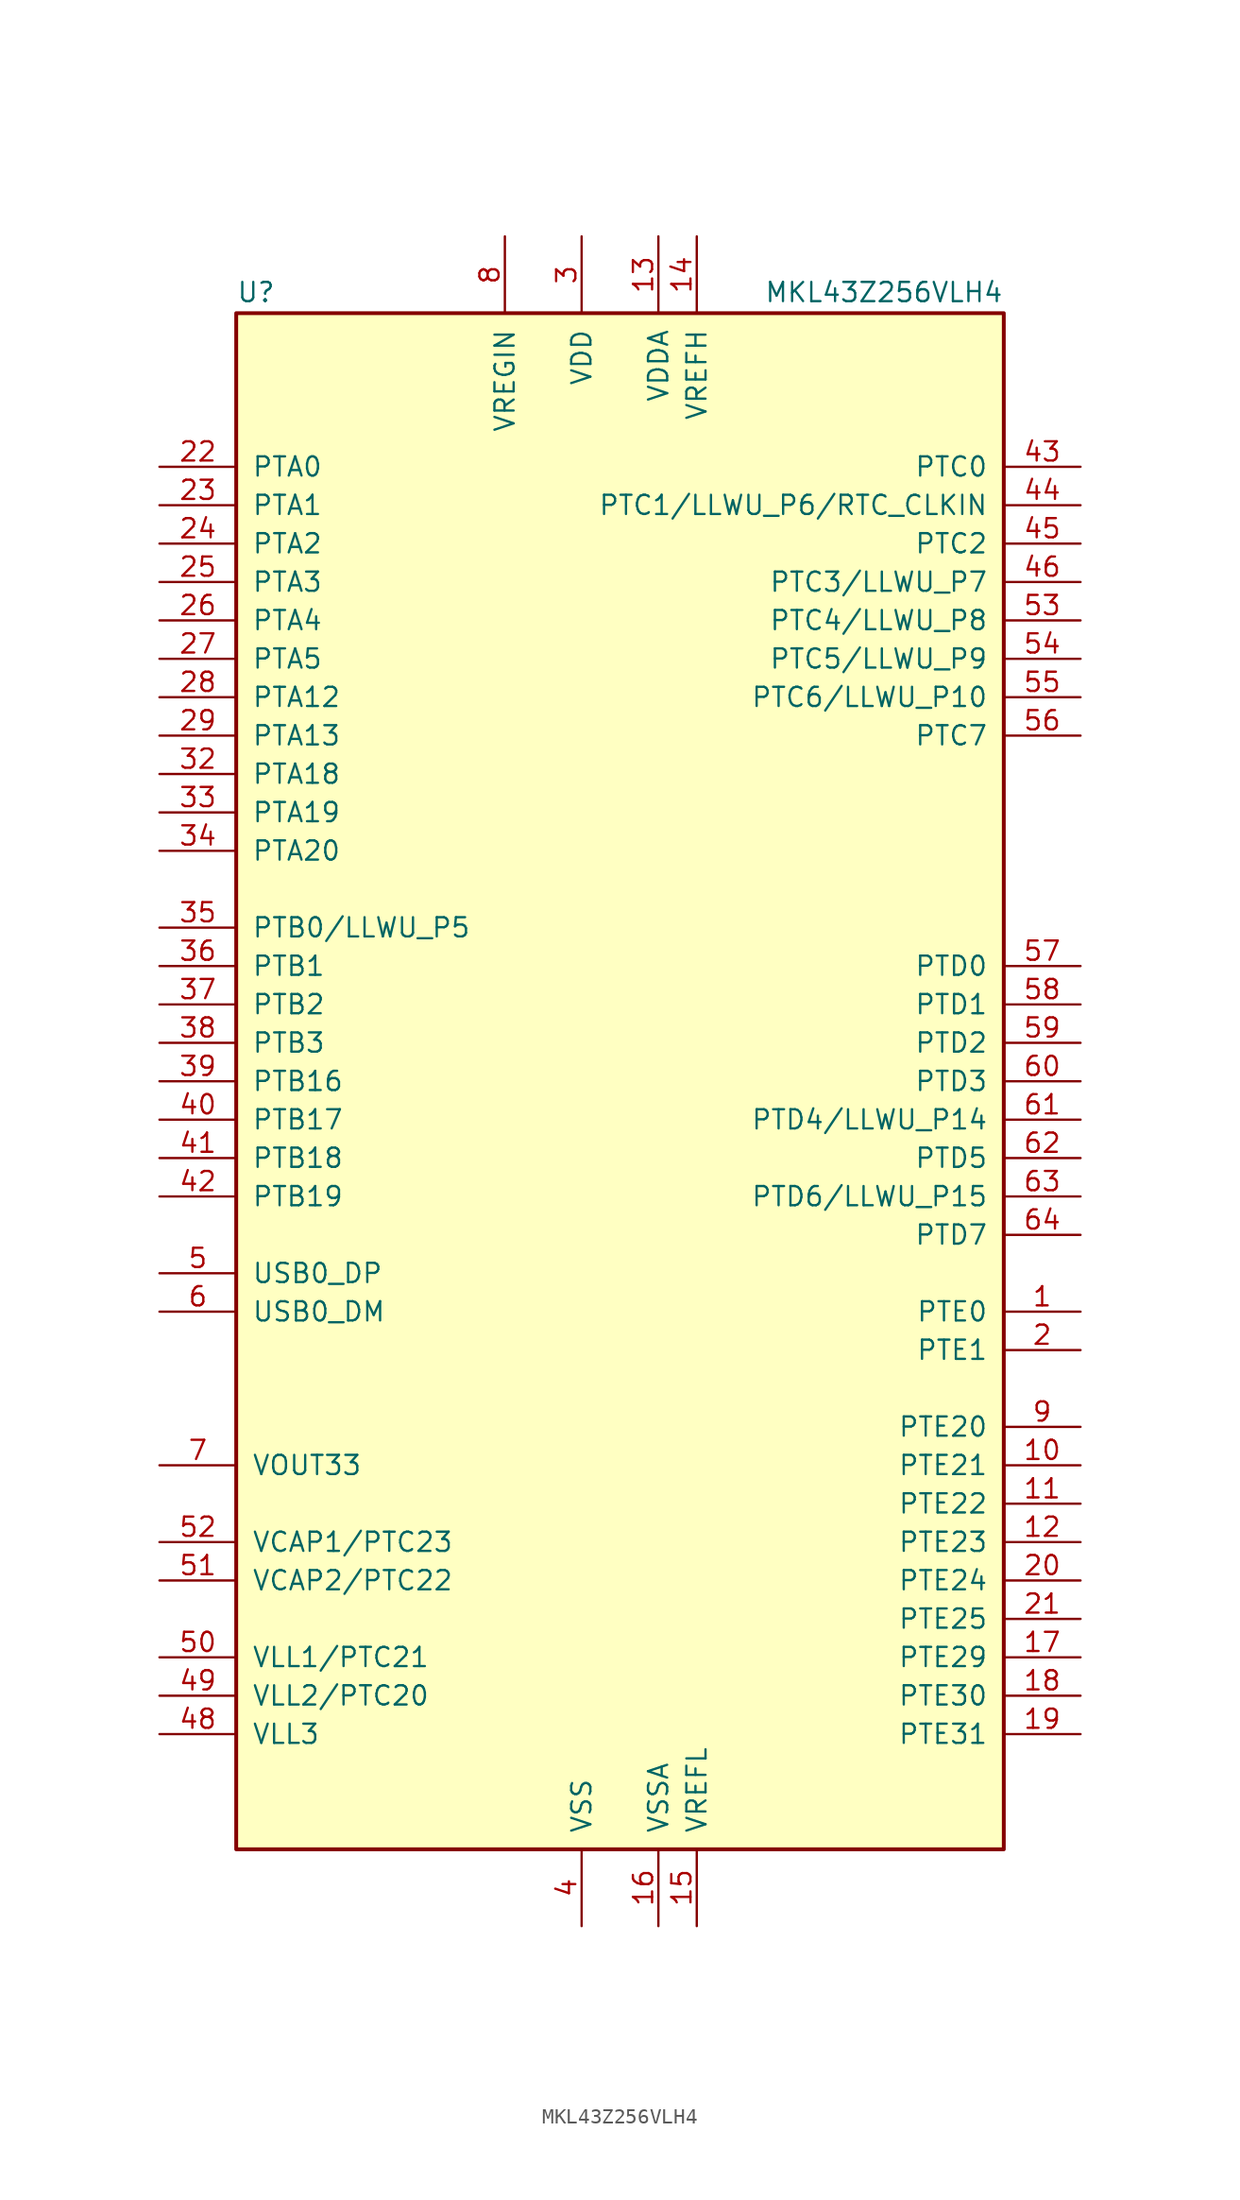
<source format=kicad_sym>
(kicad_symbol_lib
  (version 20231120)
  (generator "kicad_symbol_editor")
  (generator_version "8.0")
  (symbol "MKL43Z256VLH4"
    (pin_names
      (offset 1.016))
    (property "Reference" "U"
      (at -25.4 51.435 0)
      (effects (font (size 1.27 1.27)) (justify left bottom)))
    (property "Value" "MKL43Z256VLH4"
      (at 25.4 51.435 0)
      (effects (font (size 1.27 1.27)) (justify right bottom)))
    (symbol "MKL43Z256VLH4_0_1"
      (rectangle (start -25.4 50.8) (end 25.4 -50.8) (stroke (width 0.254) (type default)) (fill (type background))))
    (symbol "MKL43Z256VLH4_1_1"
      (pin bidirectional line (at 30.48 -15.24 180) (length 5.08) (name "PTE0" (effects (font (size 1.27 1.27)))) (number "1" (effects (font (size 1.27 1.27)))))
      (pin bidirectional line (at 30.48 -25.4 180) (length 5.08) (name "PTE21" (effects (font (size 1.27 1.27)))) (number "10" (effects (font (size 1.27 1.27)))))
      (pin bidirectional line (at 30.48 -27.94 180) (length 5.08) (name "PTE22" (effects (font (size 1.27 1.27)))) (number "11" (effects (font (size 1.27 1.27)))))
      (pin bidirectional line (at 30.48 -30.48 180) (length 5.08) (name "PTE23" (effects (font (size 1.27 1.27)))) (number "12" (effects (font (size 1.27 1.27)))))
      (pin power_in line (at 2.54 55.88 270) (length 5.08) (name "VDDA" (effects (font (size 1.27 1.27)))) (number "13" (effects (font (size 1.27 1.27)))))
      (pin power_in line (at 5.08 55.88 270) (length 5.08) (name "VREFH" (effects (font (size 1.27 1.27)))) (number "14" (effects (font (size 1.27 1.27)))))
      (pin power_in line (at 5.08 -55.88 90) (length 5.08) (name "VREFL" (effects (font (size 1.27 1.27)))) (number "15" (effects (font (size 1.27 1.27)))))
      (pin power_in line (at 2.54 -55.88 90) (length 5.08) (name "VSSA" (effects (font (size 1.27 1.27)))) (number "16" (effects (font (size 1.27 1.27)))))
      (pin bidirectional line (at 30.48 -38.1 180) (length 5.08) (name "PTE29" (effects (font (size 1.27 1.27)))) (number "17" (effects (font (size 1.27 1.27)))))
      (pin bidirectional line (at 30.48 -40.64 180) (length 5.08) (name "PTE30" (effects (font (size 1.27 1.27)))) (number "18" (effects (font (size 1.27 1.27)))))
      (pin bidirectional line (at 30.48 -43.18 180) (length 5.08) (name "PTE31" (effects (font (size 1.27 1.27)))) (number "19" (effects (font (size 1.27 1.27)))))
      (pin bidirectional line (at 30.48 -17.78 180) (length 5.08) (name "PTE1" (effects (font (size 1.27 1.27)))) (number "2" (effects (font (size 1.27 1.27)))))
      (pin bidirectional line (at 30.48 -33.02 180) (length 5.08) (name "PTE24" (effects (font (size 1.27 1.27)))) (number "20" (effects (font (size 1.27 1.27)))))
      (pin bidirectional line (at 30.48 -35.56 180) (length 5.08) (name "PTE25" (effects (font (size 1.27 1.27)))) (number "21" (effects (font (size 1.27 1.27)))))
      (pin bidirectional line (at -30.48 40.64 0) (length 5.08) (name "PTA0" (effects (font (size 1.27 1.27)))) (number "22" (effects (font (size 1.27 1.27)))))
      (pin bidirectional line (at -30.48 38.1 0) (length 5.08) (name "PTA1" (effects (font (size 1.27 1.27)))) (number "23" (effects (font (size 1.27 1.27)))))
      (pin bidirectional line (at -30.48 35.56 0) (length 5.08) (name "PTA2" (effects (font (size 1.27 1.27)))) (number "24" (effects (font (size 1.27 1.27)))))
      (pin bidirectional line (at -30.48 33.02 0) (length 5.08) (name "PTA3" (effects (font (size 1.27 1.27)))) (number "25" (effects (font (size 1.27 1.27)))))
      (pin bidirectional line (at -30.48 30.48 0) (length 5.08) (name "PTA4" (effects (font (size 1.27 1.27)))) (number "26" (effects (font (size 1.27 1.27)))))
      (pin bidirectional line (at -30.48 27.94 0) (length 5.08) (name "PTA5" (effects (font (size 1.27 1.27)))) (number "27" (effects (font (size 1.27 1.27)))))
      (pin bidirectional line (at -30.48 25.4 0) (length 5.08) (name "PTA12" (effects (font (size 1.27 1.27)))) (number "28" (effects (font (size 1.27 1.27)))))
      (pin bidirectional line (at -30.48 22.86 0) (length 5.08) (name "PTA13" (effects (font (size 1.27 1.27)))) (number "29" (effects (font (size 1.27 1.27)))))
      (pin power_in line (at -2.54 55.88 270) (length 5.08) (name "VDD" (effects (font (size 1.27 1.27)))) (number "3" (effects (font (size 1.27 1.27)))))
      (pin passive line (at -2.54 55.88 270) (length 5.08) hide (name "VDD" (effects (font (size 1.27 1.27)))) (number "30" (effects (font (size 1.27 1.27)))))
      (pin passive line (at -2.54 -55.88 90) (length 5.08) hide (name "VSS" (effects (font (size 1.27 1.27)))) (number "31" (effects (font (size 1.27 1.27)))))
      (pin bidirectional line (at -30.48 20.32 0) (length 5.08) (name "PTA18" (effects (font (size 1.27 1.27)))) (number "32" (effects (font (size 1.27 1.27)))))
      (pin bidirectional line (at -30.48 17.78 0) (length 5.08) (name "PTA19" (effects (font (size 1.27 1.27)))) (number "33" (effects (font (size 1.27 1.27)))))
      (pin bidirectional line (at -30.48 15.24 0) (length 5.08) (name "PTA20" (effects (font (size 1.27 1.27)))) (number "34" (effects (font (size 1.27 1.27)))))
      (pin bidirectional line (at -30.48 10.16 0) (length 5.08) (name "PTB0/LLWU_P5" (effects (font (size 1.27 1.27)))) (number "35" (effects (font (size 1.27 1.27)))))
      (pin bidirectional line (at -30.48 7.62 0) (length 5.08) (name "PTB1" (effects (font (size 1.27 1.27)))) (number "36" (effects (font (size 1.27 1.27)))))
      (pin bidirectional line (at -30.48 5.08 0) (length 5.08) (name "PTB2" (effects (font (size 1.27 1.27)))) (number "37" (effects (font (size 1.27 1.27)))))
      (pin bidirectional line (at -30.48 2.54 0) (length 5.08) (name "PTB3" (effects (font (size 1.27 1.27)))) (number "38" (effects (font (size 1.27 1.27)))))
      (pin bidirectional line (at -30.48 0 0) (length 5.08) (name "PTB16" (effects (font (size 1.27 1.27)))) (number "39" (effects (font (size 1.27 1.27)))))
      (pin power_in line (at -2.54 -55.88 90) (length 5.08) (name "VSS" (effects (font (size 1.27 1.27)))) (number "4" (effects (font (size 1.27 1.27)))))
      (pin bidirectional line (at -30.48 -2.54 0) (length 5.08) (name "PTB17" (effects (font (size 1.27 1.27)))) (number "40" (effects (font (size 1.27 1.27)))))
      (pin bidirectional line (at -30.48 -5.08 0) (length 5.08) (name "PTB18" (effects (font (size 1.27 1.27)))) (number "41" (effects (font (size 1.27 1.27)))))
      (pin bidirectional line (at -30.48 -7.62 0) (length 5.08) (name "PTB19" (effects (font (size 1.27 1.27)))) (number "42" (effects (font (size 1.27 1.27)))))
      (pin bidirectional line (at 30.48 40.64 180) (length 5.08) (name "PTC0" (effects (font (size 1.27 1.27)))) (number "43" (effects (font (size 1.27 1.27)))))
      (pin bidirectional line (at 30.48 38.1 180) (length 5.08) (name "PTC1/LLWU_P6/RTC_CLKIN" (effects (font (size 1.27 1.27)))) (number "44" (effects (font (size 1.27 1.27)))))
      (pin bidirectional line (at 30.48 35.56 180) (length 5.08) (name "PTC2" (effects (font (size 1.27 1.27)))) (number "45" (effects (font (size 1.27 1.27)))))
      (pin bidirectional line (at 30.48 33.02 180) (length 5.08) (name "PTC3/LLWU_P7" (effects (font (size 1.27 1.27)))) (number "46" (effects (font (size 1.27 1.27)))))
      (pin passive line (at -2.54 -55.88 90) (length 5.08) hide (name "VSS" (effects (font (size 1.27 1.27)))) (number "47" (effects (font (size 1.27 1.27)))))
      (pin power_out line (at -30.48 -43.18 0) (length 5.08) (name "VLL3" (effects (font (size 1.27 1.27)))) (number "48" (effects (font (size 1.27 1.27)))))
      (pin power_out line (at -30.48 -40.64 0) (length 5.08) (name "VLL2/PTC20" (effects (font (size 1.27 1.27)))) (number "49" (effects (font (size 1.27 1.27)))))
      (pin bidirectional line (at -30.48 -12.7 0) (length 5.08) (name "USB0_DP" (effects (font (size 1.27 1.27)))) (number "5" (effects (font (size 1.27 1.27)))))
      (pin power_out line (at -30.48 -38.1 0) (length 5.08) (name "VLL1/PTC21" (effects (font (size 1.27 1.27)))) (number "50" (effects (font (size 1.27 1.27)))))
      (pin passive line (at -30.48 -33.02 0) (length 5.08) (name "VCAP2/PTC22" (effects (font (size 1.27 1.27)))) (number "51" (effects (font (size 1.27 1.27)))))
      (pin passive line (at -30.48 -30.48 0) (length 5.08) (name "VCAP1/PTC23" (effects (font (size 1.27 1.27)))) (number "52" (effects (font (size 1.27 1.27)))))
      (pin bidirectional line (at 30.48 30.48 180) (length 5.08) (name "PTC4/LLWU_P8" (effects (font (size 1.27 1.27)))) (number "53" (effects (font (size 1.27 1.27)))))
      (pin bidirectional line (at 30.48 27.94 180) (length 5.08) (name "PTC5/LLWU_P9" (effects (font (size 1.27 1.27)))) (number "54" (effects (font (size 1.27 1.27)))))
      (pin bidirectional line (at 30.48 25.4 180) (length 5.08) (name "PTC6/LLWU_P10" (effects (font (size 1.27 1.27)))) (number "55" (effects (font (size 1.27 1.27)))))
      (pin bidirectional line (at 30.48 22.86 180) (length 5.08) (name "PTC7" (effects (font (size 1.27 1.27)))) (number "56" (effects (font (size 1.27 1.27)))))
      (pin bidirectional line (at 30.48 7.62 180) (length 5.08) (name "PTD0" (effects (font (size 1.27 1.27)))) (number "57" (effects (font (size 1.27 1.27)))))
      (pin bidirectional line (at 30.48 5.08 180) (length 5.08) (name "PTD1" (effects (font (size 1.27 1.27)))) (number "58" (effects (font (size 1.27 1.27)))))
      (pin bidirectional line (at 30.48 2.54 180) (length 5.08) (name "PTD2" (effects (font (size 1.27 1.27)))) (number "59" (effects (font (size 1.27 1.27)))))
      (pin bidirectional line (at -30.48 -15.24 0) (length 5.08) (name "USB0_DM" (effects (font (size 1.27 1.27)))) (number "6" (effects (font (size 1.27 1.27)))))
      (pin bidirectional line (at 30.48 0 180) (length 5.08) (name "PTD3" (effects (font (size 1.27 1.27)))) (number "60" (effects (font (size 1.27 1.27)))))
      (pin bidirectional line (at 30.48 -2.54 180) (length 5.08) (name "PTD4/LLWU_P14" (effects (font (size 1.27 1.27)))) (number "61" (effects (font (size 1.27 1.27)))))
      (pin bidirectional line (at 30.48 -5.08 180) (length 5.08) (name "PTD5" (effects (font (size 1.27 1.27)))) (number "62" (effects (font (size 1.27 1.27)))))
      (pin bidirectional line (at 30.48 -7.62 180) (length 5.08) (name "PTD6/LLWU_P15" (effects (font (size 1.27 1.27)))) (number "63" (effects (font (size 1.27 1.27)))))
      (pin bidirectional line (at 30.48 -10.16 180) (length 5.08) (name "PTD7" (effects (font (size 1.27 1.27)))) (number "64" (effects (font (size 1.27 1.27)))))
      (pin power_out line (at -30.48 -25.4 0) (length 5.08) (name "VOUT33" (effects (font (size 1.27 1.27)))) (number "7" (effects (font (size 1.27 1.27)))))
      (pin power_in line (at -7.62 55.88 270) (length 5.08) (name "VREGIN" (effects (font (size 1.27 1.27)))) (number "8" (effects (font (size 1.27 1.27)))))
      (pin bidirectional line (at 30.48 -22.86 180) (length 5.08) (name "PTE20" (effects (font (size 1.27 1.27)))) (number "9" (effects (font (size 1.27 1.27))))))))
</source>
